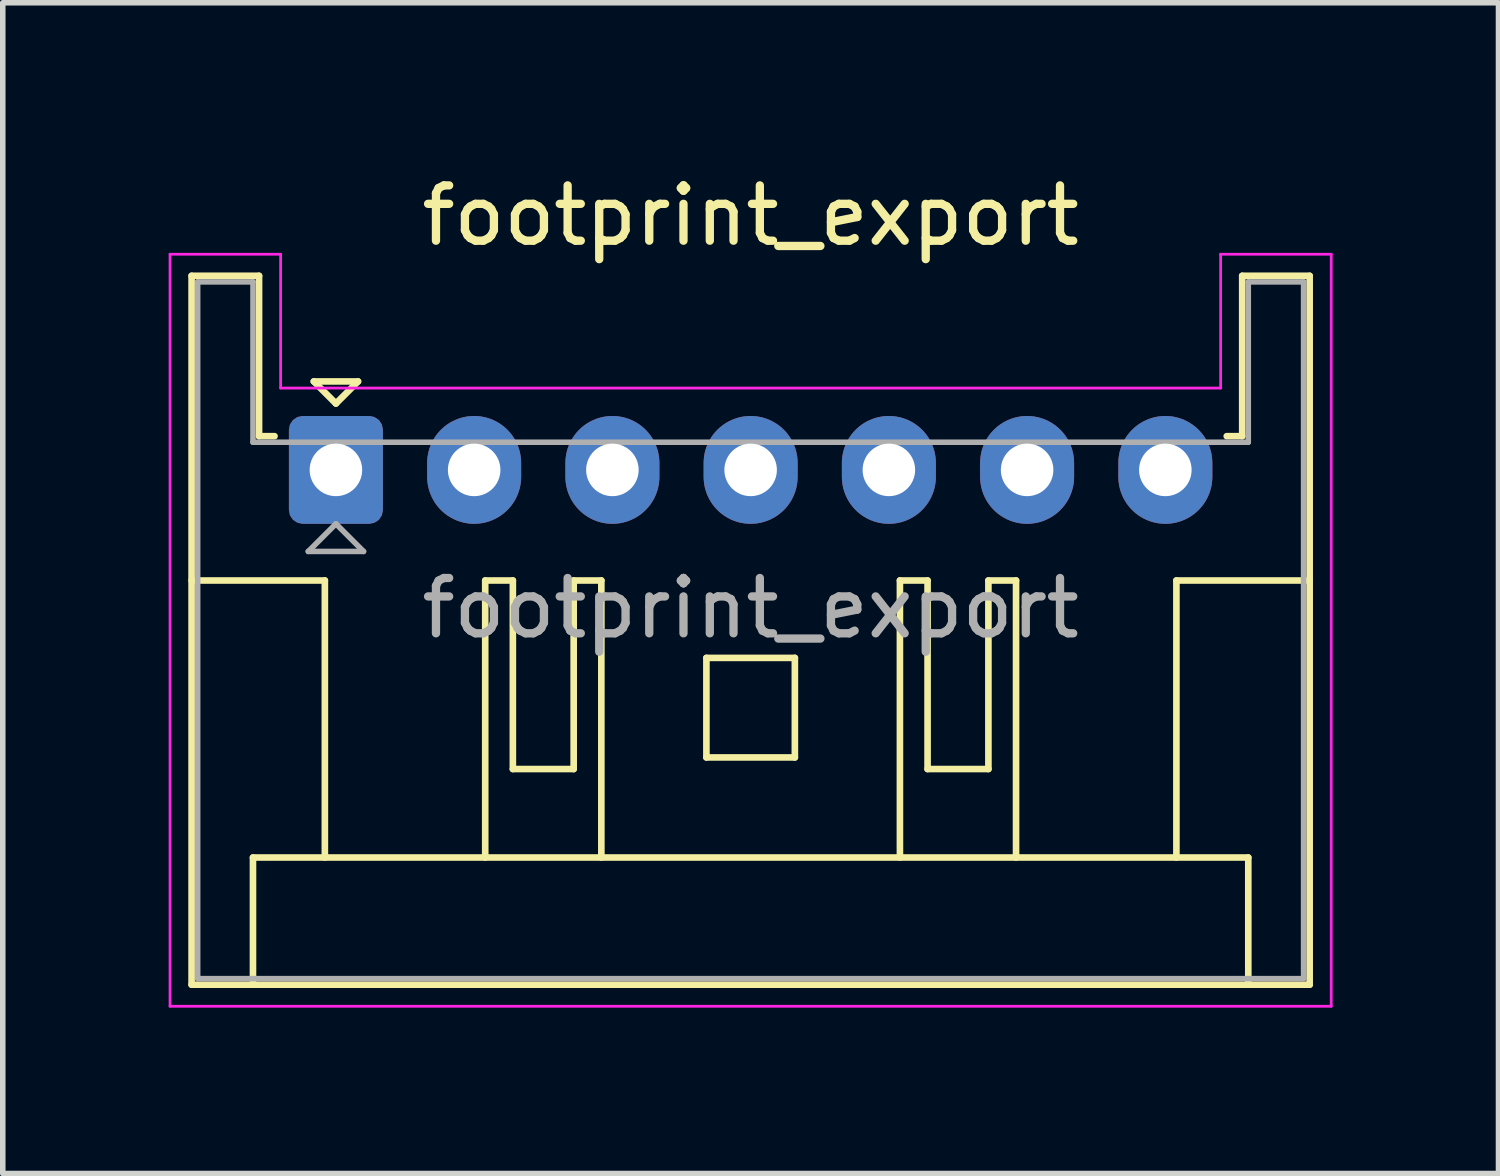
<source format=kicad_pcb>
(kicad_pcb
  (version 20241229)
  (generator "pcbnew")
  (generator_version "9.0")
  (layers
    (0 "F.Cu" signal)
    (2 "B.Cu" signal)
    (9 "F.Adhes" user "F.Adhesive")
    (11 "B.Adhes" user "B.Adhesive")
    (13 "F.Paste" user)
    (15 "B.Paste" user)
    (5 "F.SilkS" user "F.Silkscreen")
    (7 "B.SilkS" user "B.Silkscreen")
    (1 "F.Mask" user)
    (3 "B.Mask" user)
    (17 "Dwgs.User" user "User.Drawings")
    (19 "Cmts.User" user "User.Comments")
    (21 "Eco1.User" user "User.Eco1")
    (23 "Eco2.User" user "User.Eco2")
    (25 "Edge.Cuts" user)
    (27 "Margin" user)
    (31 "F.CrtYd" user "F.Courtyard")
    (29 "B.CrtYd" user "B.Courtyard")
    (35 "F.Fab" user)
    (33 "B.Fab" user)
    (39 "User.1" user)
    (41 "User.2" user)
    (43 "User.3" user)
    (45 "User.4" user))
  (footprint "footprint_export"
    (layer "F.Cu")
    (at 3.025 5.448)
    (property "Reference" "footprint_export" (at 7.5 -4.6 0) (layer "F.SilkS") (effects (font (size 1 1) (thickness 0.15))))
    (attr through_hole)
    (fp_line (start -2.61 -3.51) (end -2.61 9.31) (stroke (width 0.12) (type solid)) (layer "F.SilkS"))
    (fp_line (start -2.61 9.31) (end 17.61 9.31) (stroke (width 0.12) (type solid)) (layer "F.SilkS"))
    (fp_line (start -1.5 7.01) (end 16.5 7.01) (stroke (width 0.12) (type solid)) (layer "F.SilkS"))
    (fp_line (start -1.5 9.31) (end -1.5 7.01) (stroke (width 0.12) (type solid)) (layer "F.SilkS"))
    (fp_line (start -1.39 -3.51) (end -2.61 -3.51) (stroke (width 0.12) (type solid)) (layer "F.SilkS"))
    (fp_line (start -1.39 -0.61) (end -1.39 -3.51) (stroke (width 0.12) (type solid)) (layer "F.SilkS"))
    (fp_line (start -1.11 -0.61) (end -1.39 -0.61) (stroke (width 0.12) (type solid)) (layer "F.SilkS"))
    (fp_line (start -0.4 -1.6) (end 0.4 -1.6) (stroke (width 0.12) (type solid)) (layer "F.SilkS"))
    (fp_line (start -0.2 2) (end -2.61 2) (stroke (width 0.12) (type solid)) (layer "F.SilkS"))
    (fp_line (start -0.2 7.01) (end -0.2 2) (stroke (width 0.12) (type solid)) (layer "F.SilkS"))
    (fp_line (start 0 -1.2) (end -0.4 -1.6) (stroke (width 0.12) (type solid)) (layer "F.SilkS"))
    (fp_line (start 0.4 -1.6) (end 0 -1.2) (stroke (width 0.12) (type solid)) (layer "F.SilkS"))
    (fp_line (start 2.7 2) (end 2.7 7.01) (stroke (width 0.12) (type solid)) (layer "F.SilkS"))
    (fp_line (start 3.2 2) (end 2.7 2) (stroke (width 0.12) (type solid)) (layer "F.SilkS"))
    (fp_line (start 3.2 5.41) (end 3.2 2) (stroke (width 0.12) (type solid)) (layer "F.SilkS"))
    (fp_line (start 4.3 2) (end 4.3 5.41) (stroke (width 0.12) (type solid)) (layer "F.SilkS"))
    (fp_line (start 4.3 5.41) (end 3.2 5.41) (stroke (width 0.12) (type solid)) (layer "F.SilkS"))
    (fp_line (start 4.8 2) (end 4.3 2) (stroke (width 0.12) (type solid)) (layer "F.SilkS"))
    (fp_line (start 4.8 7.01) (end 4.8 2) (stroke (width 0.12) (type solid)) (layer "F.SilkS"))
    (fp_line (start 6.7 3.4) (end 8.3 3.4) (stroke (width 0.12) (type solid)) (layer "F.SilkS"))
    (fp_line (start 6.7 5.2) (end 6.7 3.4) (stroke (width 0.12) (type solid)) (layer "F.SilkS"))
    (fp_line (start 8.3 3.4) (end 8.3 5.2) (stroke (width 0.12) (type solid)) (layer "F.SilkS"))
    (fp_line (start 8.3 5.2) (end 6.7 5.2) (stroke (width 0.12) (type solid)) (layer "F.SilkS"))
    (fp_line (start 10.2 2) (end 10.7 2) (stroke (width 0.12) (type solid)) (layer "F.SilkS"))
    (fp_line (start 10.2 7.01) (end 10.2 2) (stroke (width 0.12) (type solid)) (layer "F.SilkS"))
    (fp_line (start 10.7 2) (end 10.7 5.41) (stroke (width 0.12) (type solid)) (layer "F.SilkS"))
    (fp_line (start 10.7 5.41) (end 11.8 5.41) (stroke (width 0.12) (type solid)) (layer "F.SilkS"))
    (fp_line (start 11.8 2) (end 12.3 2) (stroke (width 0.12) (type solid)) (layer "F.SilkS"))
    (fp_line (start 11.8 5.41) (end 11.8 2) (stroke (width 0.12) (type solid)) (layer "F.SilkS"))
    (fp_line (start 12.3 2) (end 12.3 7.01) (stroke (width 0.12) (type solid)) (layer "F.SilkS"))
    (fp_line (start 15.2 2) (end 17.61 2) (stroke (width 0.12) (type solid)) (layer "F.SilkS"))
    (fp_line (start 15.2 7.01) (end 15.2 2) (stroke (width 0.12) (type solid)) (layer "F.SilkS"))
    (fp_line (start 16.39 -3.51) (end 16.39 -0.61) (stroke (width 0.12) (type solid)) (layer "F.SilkS"))
    (fp_line (start 16.39 -0.61) (end 16.11 -0.61) (stroke (width 0.12) (type solid)) (layer "F.SilkS"))
    (fp_line (start 16.5 7.01) (end 16.5 9.31) (stroke (width 0.12) (type solid)) (layer "F.SilkS"))
    (fp_line (start 17.61 -3.51) (end 16.39 -3.51) (stroke (width 0.12) (type solid)) (layer "F.SilkS"))
    (fp_line (start 17.61 9.31) (end 17.61 -3.51) (stroke (width 0.12) (type solid)) (layer "F.SilkS"))
    (fp_line (start -3 -3.9) (end -3 9.7) (stroke (width 0.05) (type solid)) (layer "F.CrtYd"))
    (fp_line (start -3 9.7) (end 18 9.7) (stroke (width 0.05) (type solid)) (layer "F.CrtYd"))
    (fp_line (start -1 -3.9) (end -3 -3.9) (stroke (width 0.05) (type solid)) (layer "F.CrtYd"))
    (fp_line (start -1 -1.48) (end -1 -3.9) (stroke (width 0.05) (type solid)) (layer "F.CrtYd"))
    (fp_line (start 16 -3.9) (end 16 -1.48) (stroke (width 0.05) (type solid)) (layer "F.CrtYd"))
    (fp_line (start 16 -1.48) (end -1 -1.48) (stroke (width 0.05) (type solid)) (layer "F.CrtYd"))
    (fp_line (start 18 -3.9) (end 16 -3.9) (stroke (width 0.05) (type solid)) (layer "F.CrtYd"))
    (fp_line (start 18 9.7) (end 18 -3.9) (stroke (width 0.05) (type solid)) (layer "F.CrtYd"))
    (fp_line (start -2.5 -3.4) (end -2.5 9.2) (stroke (width 0.1) (type solid)) (layer "F.Fab"))
    (fp_line (start -2.5 9.2) (end 17.5 9.2) (stroke (width 0.1) (type solid)) (layer "F.Fab"))
    (fp_line (start -1.5 -3.4) (end -2.5 -3.4) (stroke (width 0.1) (type solid)) (layer "F.Fab"))
    (fp_line (start -1.5 -0.5) (end -1.5 -3.4) (stroke (width 0.1) (type solid)) (layer "F.Fab"))
    (fp_line (start -0.5 1.475) (end 0.5 1.475) (stroke (width 0.1) (type solid)) (layer "F.Fab"))
    (fp_line (start 0 0.975) (end -0.5 1.475) (stroke (width 0.1) (type solid)) (layer "F.Fab"))
    (fp_line (start 0.5 1.475) (end 0 0.975) (stroke (width 0.1) (type solid)) (layer "F.Fab"))
    (fp_line (start 16.5 -3.4) (end 16.5 -0.5) (stroke (width 0.1) (type solid)) (layer "F.Fab"))
    (fp_line (start 16.5 -0.5) (end -1.5 -0.5) (stroke (width 0.1) (type solid)) (layer "F.Fab"))
    (fp_line (start 17.5 -3.4) (end 16.5 -3.4) (stroke (width 0.1) (type solid)) (layer "F.Fab"))
    (fp_line (start 17.5 9.2) (end 17.5 -3.4) (stroke (width 0.1) (type solid)) (layer "F.Fab"))
    (fp_text user "${REFERENCE}" (at 7.5 2.5 0) (layer "F.Fab") (effects (font (size 1 1) (thickness 0.15))))
    (pad "1" thru_hole roundrect (at 0 0) (size 1.7 1.95) (drill 0.95) (layers "*.Cu" "*.Mask") (roundrect_rratio 0.147))
    (pad "2" thru_hole oval (at 2.5 0) (size 1.7 1.95) (drill 0.95) (layers "*.Cu" "*.Mask"))
    (pad "3" thru_hole oval (at 5 0) (size 1.7 1.95) (drill 0.95) (layers "*.Cu" "*.Mask"))
    (pad "4" thru_hole oval (at 7.5 0) (size 1.7 1.95) (drill 0.95) (layers "*.Cu" "*.Mask"))
    (pad "5" thru_hole oval (at 10 0) (size 1.7 1.95) (drill 0.95) (layers "*.Cu" "*.Mask"))
    (pad "6" thru_hole oval (at 12.5 0) (size 1.7 1.95) (drill 0.95) (layers "*.Cu" "*.Mask"))
    (pad "7" thru_hole oval (at 15 0) (size 1.7 1.95) (drill 0.95) (layers "*.Cu" "*.Mask")))
  (gr_rect
    (start -3 -3)
    (end 24.05 18.173)
    (stroke (width 0.1) (type default))
    (fill no)
    (layer "Edge.Cuts")))
</source>
